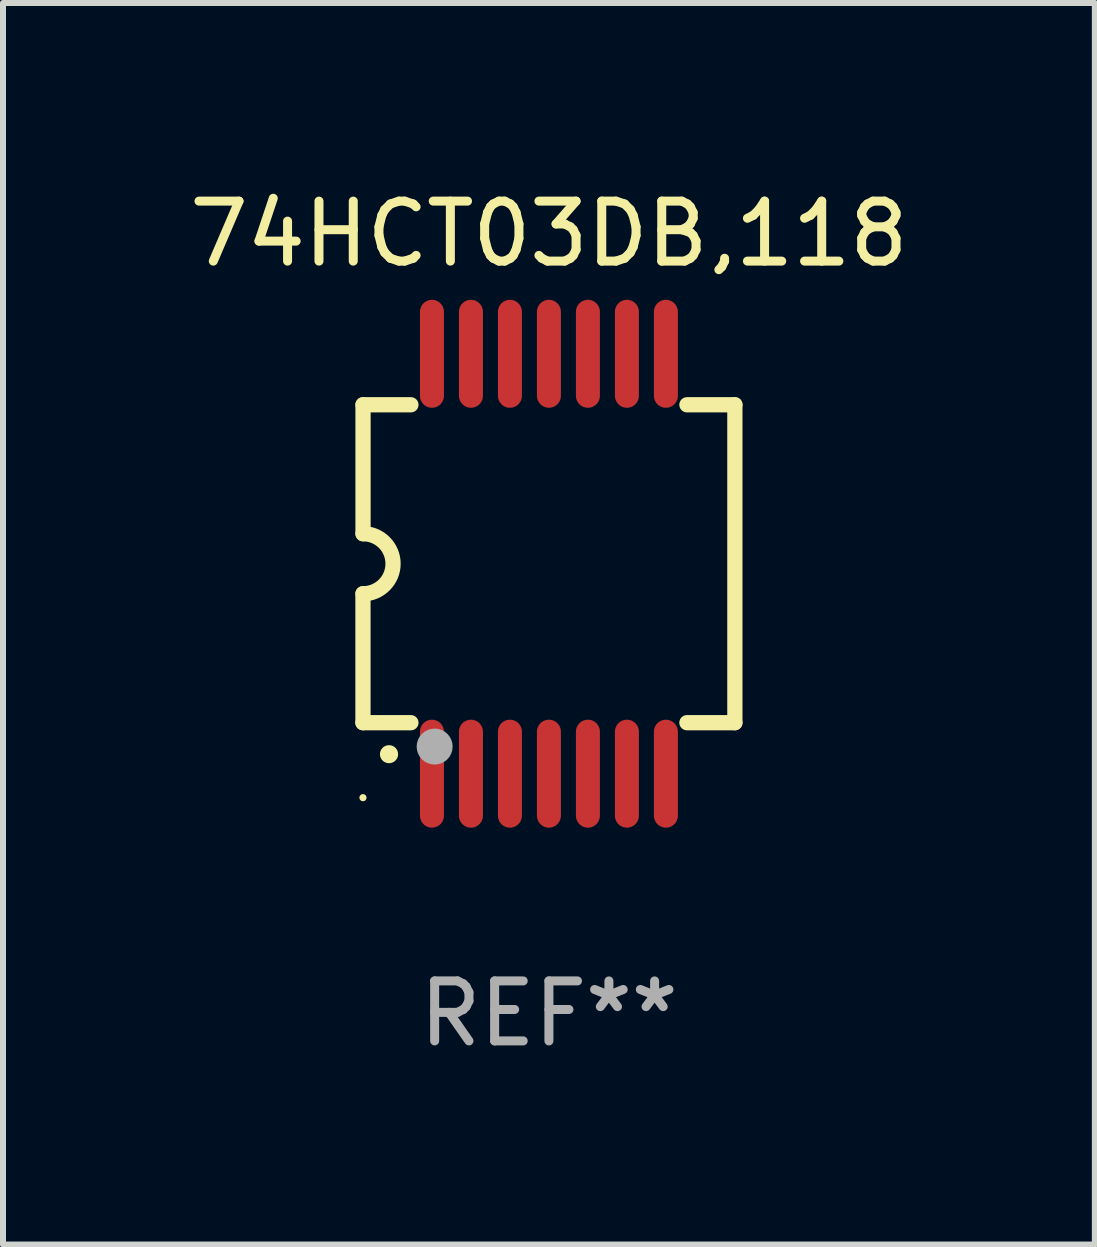
<source format=kicad_pcb>
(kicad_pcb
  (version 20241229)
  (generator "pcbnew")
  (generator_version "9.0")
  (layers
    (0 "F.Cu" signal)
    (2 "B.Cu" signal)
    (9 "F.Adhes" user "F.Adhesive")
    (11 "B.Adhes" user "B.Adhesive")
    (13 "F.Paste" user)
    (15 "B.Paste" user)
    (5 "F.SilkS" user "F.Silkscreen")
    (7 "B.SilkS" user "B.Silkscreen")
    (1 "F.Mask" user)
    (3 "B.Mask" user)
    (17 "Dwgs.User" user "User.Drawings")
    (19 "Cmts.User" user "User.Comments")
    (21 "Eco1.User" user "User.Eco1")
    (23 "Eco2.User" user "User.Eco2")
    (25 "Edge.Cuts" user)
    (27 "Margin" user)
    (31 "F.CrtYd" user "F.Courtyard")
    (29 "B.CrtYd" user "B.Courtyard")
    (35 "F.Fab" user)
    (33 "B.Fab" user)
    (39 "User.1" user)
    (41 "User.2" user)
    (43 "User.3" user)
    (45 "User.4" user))
  (footprint "74HCT03DB,118"
    (layer "F.Cu")
    (at 6.101 6.348)
    (property "Reference" "74HCT03DB,118" (at 0 -5.5 0) (layer "F.SilkS") (effects (font (size 1 1) (thickness 0.15))))
    (attr through_hole)
    (fp_line (start -3.1 2.65) (end -3.1 0.5) (stroke (width 0.254) (type solid)) (layer "F.SilkS"))
    (fp_line (start -3.099 -2.65) (end -2.301 -2.65) (stroke (width 0.254) (type solid)) (layer "F.SilkS"))
    (fp_line (start -3.099 -0.5) (end -3.099 -2.65) (stroke (width 0.254) (type solid)) (layer "F.SilkS"))
    (fp_line (start -2.301 2.65) (end -3.1 2.65) (stroke (width 0.254) (type solid)) (layer "F.SilkS"))
    (fp_line (start 2.301 -2.65) (end 3.1 -2.65) (stroke (width 0.254) (type solid)) (layer "F.SilkS"))
    (fp_line (start 3.1 -2.65) (end 3.1 2.65) (stroke (width 0.254) (type solid)) (layer "F.SilkS"))
    (fp_line (start 3.1 2.65) (end 2.301 2.65) (stroke (width 0.254) (type solid)) (layer "F.SilkS"))
    (fp_arc (start -3.098806 -0.500381) (mid -2.598806 0) (end -3.098806 0.500381) (stroke (width 0.254001) (type solid)) (layer "F.SilkS"))
    (fp_arc (start -2.667005 3.175006) (mid -2.665735 3.175001) (end -2.664465 3.175006) (stroke (width 0.3) (type solid)) (layer "F.SilkS"))
    (fp_circle (center -3.1 3.9) (end -3.07 3.9) (stroke (width 0.06) (type solid)) (fill no) (layer "F.SilkS"))
    (fp_circle (center -1.905 3.048) (end -1.755 3.048) (stroke (width 0.3) (type solid)) (fill no) (layer "F.Fab"))
    (fp_text user "REF**" (at 0 7.5 0) (layer "F.Fab") (effects (font (size 1 1) (thickness 0.15))))
    (pad "1" smd oval (at -1.95 3.5 270) (size 1.8 0.4) (layers "F.Cu" "F.Mask" "F.Paste"))
    (pad "2" smd oval (at -1.3 3.5 270) (size 1.8 0.4) (layers "F.Cu" "F.Mask" "F.Paste"))
    (pad "3" smd oval (at -0.65 3.5 270) (size 1.8 0.4) (layers "F.Cu" "F.Mask" "F.Paste"))
    (pad "4" smd oval (at 0 3.5 270) (size 1.8 0.4) (layers "F.Cu" "F.Mask" "F.Paste"))
    (pad "5" smd oval (at 0.65 3.5 270) (size 1.8 0.4) (layers "F.Cu" "F.Mask" "F.Paste"))
    (pad "6" smd oval (at 1.3 3.5 270) (size 1.8 0.4) (layers "F.Cu" "F.Mask" "F.Paste"))
    (pad "7" smd oval (at 1.95 3.5 270) (size 1.8 0.4) (layers "F.Cu" "F.Mask" "F.Paste"))
    (pad "8" smd oval (at 1.95 -3.5 90) (size 1.8 0.4) (layers "F.Cu" "F.Mask" "F.Paste"))
    (pad "9" smd oval (at 1.3 -3.5 90) (size 1.8 0.4) (layers "F.Cu" "F.Mask" "F.Paste"))
    (pad "10" smd oval (at 0.65 -3.5 90) (size 1.8 0.4) (layers "F.Cu" "F.Mask" "F.Paste"))
    (pad "11" smd oval (at 0 -3.5 90) (size 1.8 0.4) (layers "F.Cu" "F.Mask" "F.Paste"))
    (pad "12" smd oval (at -0.65 -3.5 90) (size 1.8 0.4) (layers "F.Cu" "F.Mask" "F.Paste"))
    (pad "13" smd oval (at -1.3 -3.5 90) (size 1.8 0.4) (layers "F.Cu" "F.Mask" "F.Paste"))
    (pad "14" smd oval (at -1.95 -3.5 90) (size 1.8 0.4) (layers "F.Cu" "F.Mask" "F.Paste")))
  (gr_rect
    (start -3 -3)
    (end 15.202 17.697)
    (stroke (width 0.1) (type default))
    (fill no)
    (layer "Edge.Cuts")))
</source>
